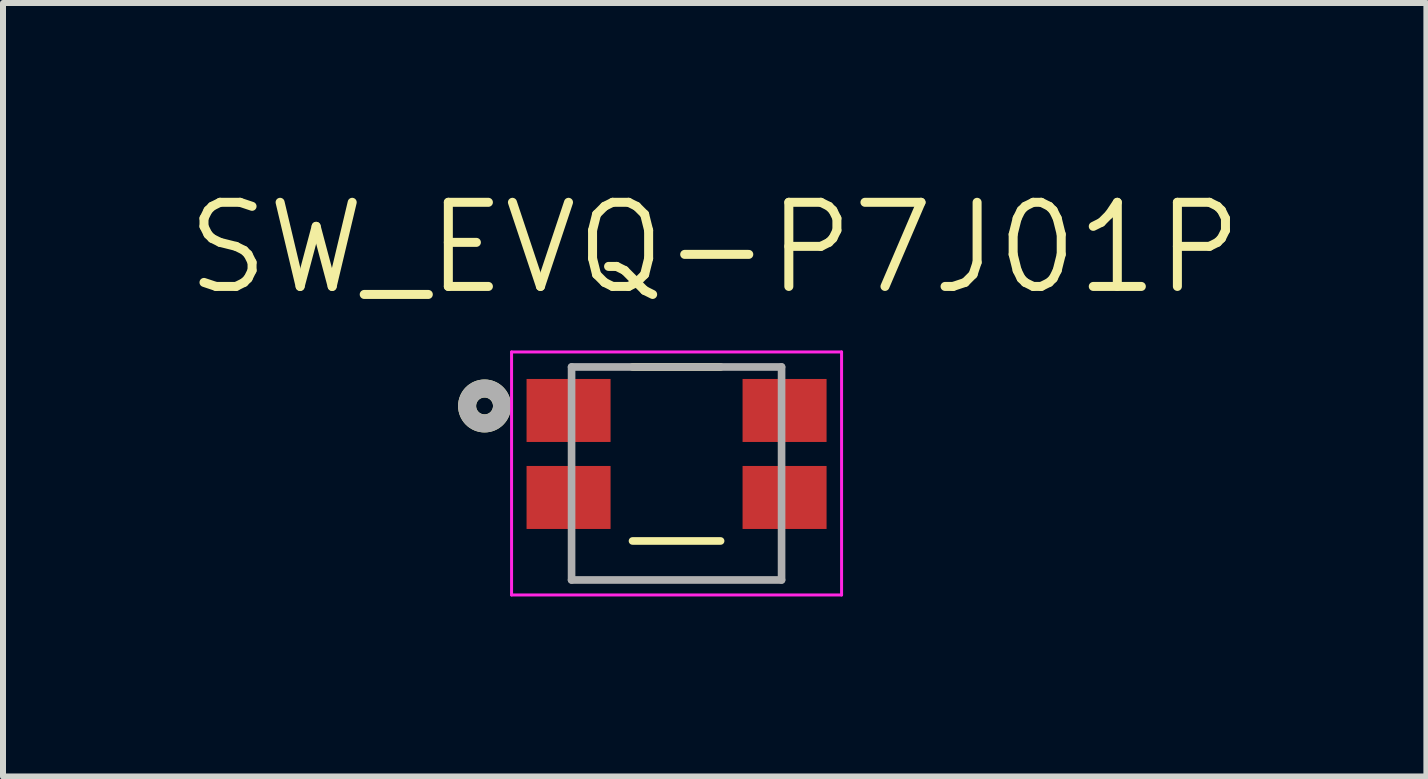
<source format=kicad_pcb>
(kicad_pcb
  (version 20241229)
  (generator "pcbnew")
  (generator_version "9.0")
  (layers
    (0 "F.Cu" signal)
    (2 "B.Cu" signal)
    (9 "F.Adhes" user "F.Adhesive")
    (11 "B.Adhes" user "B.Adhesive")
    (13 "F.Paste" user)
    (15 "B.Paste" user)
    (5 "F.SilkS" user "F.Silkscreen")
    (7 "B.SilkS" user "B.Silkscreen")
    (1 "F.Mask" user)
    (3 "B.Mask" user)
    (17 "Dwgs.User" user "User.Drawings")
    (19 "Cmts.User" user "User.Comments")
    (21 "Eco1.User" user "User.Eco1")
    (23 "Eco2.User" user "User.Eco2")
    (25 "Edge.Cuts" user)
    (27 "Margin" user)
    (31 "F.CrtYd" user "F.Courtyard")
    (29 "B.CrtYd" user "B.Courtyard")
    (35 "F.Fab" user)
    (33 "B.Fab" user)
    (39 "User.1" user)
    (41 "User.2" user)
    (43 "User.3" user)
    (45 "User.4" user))
  (footprint "SW_EVQ-P7J01P"
    (layer "F.Cu")
    (at 8.226 4.516)
    (property "Reference" "SW_EVQ-P7J01P" (at 0.636 -3.433 0) (layer "F.SilkS") (effects (font (size 1.402 1.402) (thickness 0.15))))
    (attr through_hole)
    (fp_line (start -0.734 -1.45) (end 0.734 -1.45) (stroke (width 0.127) (type solid)) (layer "F.SilkS"))
    (fp_line (start 0.734 1.45) (end -0.734 1.45) (stroke (width 0.127) (type solid)) (layer "F.SilkS"))
    (fp_circle (center -3.2 -0.8) (end -3.059 -0.8) (stroke (width 0.3) (type solid)) (fill no) (layer "F.SilkS"))
    (fp_line (start -2.75 -1.7) (end 2.75 -1.7) (stroke (width 0.05) (type solid)) (layer "F.CrtYd"))
    (fp_line (start -2.75 2.35) (end -2.75 -1.7) (stroke (width 0.05) (type solid)) (layer "F.CrtYd"))
    (fp_line (start 2.75 -1.7) (end 2.75 2.35) (stroke (width 0.05) (type solid)) (layer "F.CrtYd"))
    (fp_line (start 2.75 2.35) (end -2.75 2.35) (stroke (width 0.05) (type solid)) (layer "F.CrtYd"))
    (fp_line (start -1.75 -1.45) (end 1.75 -1.45) (stroke (width 0.127) (type solid)) (layer "F.Fab"))
    (fp_line (start -1.75 2.1) (end -1.75 -1.45) (stroke (width 0.127) (type solid)) (layer "F.Fab"))
    (fp_line (start 1.75 -1.45) (end 1.75 2.1) (stroke (width 0.127) (type solid)) (layer "F.Fab"))
    (fp_line (start 1.75 2.1) (end -1.75 2.1) (stroke (width 0.127) (type solid)) (layer "F.Fab"))
    (fp_circle (center -3.2 -0.8) (end -3.059 -0.8) (stroke (width 0.3) (type solid)) (fill no) (layer "F.Fab"))
    (pad "1_1" smd rect (at -1.8 -0.725) (size 1.4 1.05) (layers "F.Cu" "F.Mask" "F.Paste"))
    (pad "1_2" smd rect (at 1.8 -0.725) (size 1.4 1.05) (layers "F.Cu" "F.Mask" "F.Paste"))
    (pad "2_1" smd rect (at -1.8 0.725) (size 1.4 1.05) (layers "F.Cu" "F.Mask" "F.Paste"))
    (pad "2_2" smd rect (at 1.8 0.725) (size 1.4 1.05) (layers "F.Cu" "F.Mask" "F.Paste")))
  (gr_rect
    (start -3 -3)
    (end 20.723 9.891)
    (stroke (width 0.1) (type default))
    (fill no)
    (layer "Edge.Cuts")))
</source>
